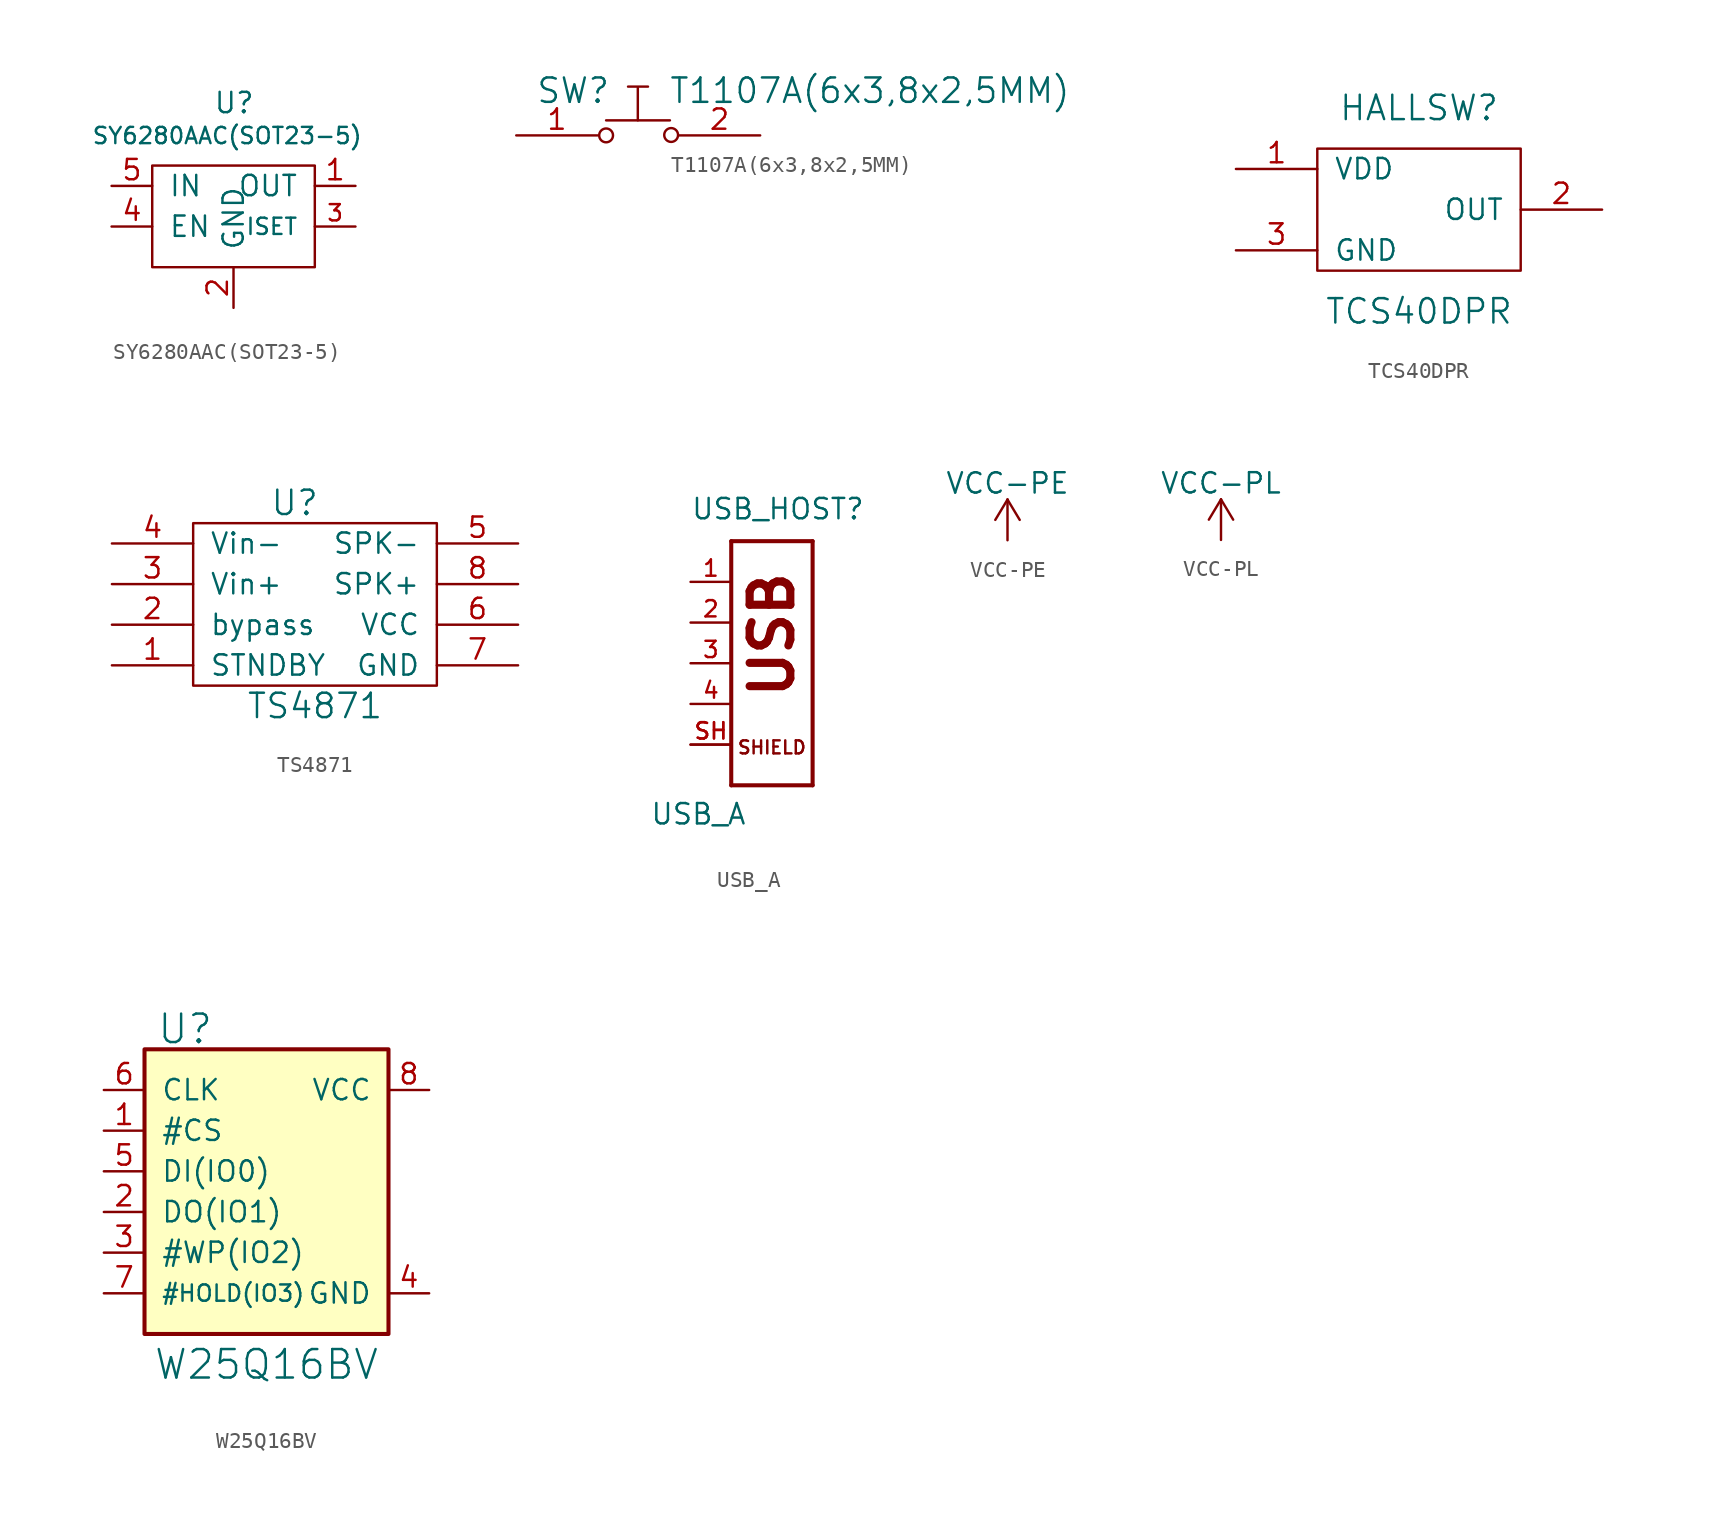
<source format=kicad_sym>
(kicad_symbol_lib
  (version 20241209)
  (generator "kicad_symbol_editor")
  (generator_version "9.0")
  (symbol "SY6280AAC(SOT23-5)"
    (pin_names
      (offset 1.016))
    (property "Reference" "U"
      (at -1.27 6.985 0)
      (effects (font (size 1.27 1.27)) (justify left bottom)))
    (property "Value" "SY6280AAC(SOT23-5)"
      (at -8.89 5.08 0)
      (effects (font (size 1.016 1.016)) (justify left bottom)))
    (property "Datasheet" ""
      (at 0 5.08 0)
      (effects (font (size 1.524 1.524))))
    (property "ki_locked" ""
      (at 0 0 0)
      (effects (font (size 1.27 1.27))))
    (symbol "SY6280AAC(SOT23-5)_0_1"
      (rectangle (start -5.08 3.81) (end 5.08 -2.54) (stroke (width 0) (type solid)) (fill (type none))))
    (symbol "SY6280AAC(SOT23-5)_1_1"
      (pin power_in line (at -7.62 2.54 0) (length 2.54) (name "IN" (effects (font (size 1.27 1.27)))) (number "5" (effects (font (size 1.27 1.27)))))
      (pin input line (at -7.62 0 0) (length 2.54) (name "EN" (effects (font (size 1.27 1.27)))) (number "4" (effects (font (size 1.27 1.27)))))
      (pin power_in line (at 0 -5.08 90) (length 2.54) (name "GND" (effects (font (size 1.27 1.27)))) (number "2" (effects (font (size 1.27 1.27)))))
      (pin output line (at 7.62 2.54 180) (length 2.54) (name "OUT" (effects (font (size 1.27 1.27)))) (number "1" (effects (font (size 1.27 1.27)))))
      (pin input line (at 7.62 0 180) (length 2.54) (name "ISET" (effects (font (size 1.016 1.016)))) (number "3" (effects (font (size 1.016 1.016)))))))
  (symbol "T1107A(6x3,8x2,5MM)"
    (pin_names
      (offset 1.016))
    (property "Reference" "SW"
      (at -4.064 2.794 0)
      (effects (font (size 1.524 1.524))))
    (property "Value" "T1107A(6x3,8x2,5MM)"
      (at 14.478 2.794 0)
      (effects (font (size 1.524 1.524))))
    (property "Footprint" ""
      (at -0.025 0.965 0)
      (effects (font (size 1.524 1.524))))
    (property "Datasheet" ""
      (at -0.025 0.965 0)
      (effects (font (size 1.524 1.524))))
    (symbol "T1107A(6x3,8x2,5MM)_0_1"
      (circle (center -2.007 0) (radius 0.432) (stroke (width 0) (type solid)) (fill (type none)))
      (polyline (pts (xy -0.635 3.048) (xy 0.61 3.048)) (stroke (width 0) (type solid)) (fill (type none)))
      (polyline (pts (xy -0.025 1.016) (xy -0.025 2.972)) (stroke (width 0) (type solid)) (fill (type none)))
      (polyline (pts (xy -0.025 0.94) (xy -2.007 0.94)) (stroke (width 0) (type solid)) (fill (type none)))
      (polyline (pts (xy -0.025 0.94) (xy 1.981 0.94)) (stroke (width 0) (type solid)) (fill (type none)))
      (circle (center 2.057 0.025) (radius 0.432) (stroke (width 0) (type solid)) (fill (type none))))
    (symbol "T1107A(6x3,8x2,5MM)_1_1"
      (pin passive line (at -7.62 0 0) (length 5.08) (name "~" (effects (font (size 1.27 1.27)))) (number "1" (effects (font (size 1.27 1.27)))))
      (pin passive line (at 7.62 0 180) (length 5.08) (name "~" (effects (font (size 1.27 1.27)))) (number "2" (effects (font (size 1.27 1.27)))))))
  (symbol "TCS40DPR"
    (pin_names
      (offset 1.016))
    (property "Reference" "HALLSW"
      (at 0 6.35 0)
      (effects (font (size 1.524 1.524))))
    (property "Value" "TCS40DPR"
      (at 0 -6.35 0)
      (effects (font (size 1.524 1.524))))
    (property "Footprint" ""
      (at 0 0 0)
      (effects (font (size 1.524 1.524))))
    (property "Datasheet" ""
      (at 0 0 0)
      (effects (font (size 1.524 1.524))))
    (symbol "TCS40DPR_0_1"
      (rectangle (start -6.35 3.81) (end 6.35 -3.81) (stroke (width 0) (type solid)) (fill (type none))))
    (symbol "TCS40DPR_1_1"
      (pin power_in line (at -11.43 2.54 0) (length 5.08) (name "VDD" (effects (font (size 1.27 1.27)))) (number "1" (effects (font (size 1.27 1.27)))))
      (pin power_in line (at -11.43 -2.54 0) (length 5.08) (name "GND" (effects (font (size 1.27 1.27)))) (number "3" (effects (font (size 1.27 1.27)))))
      (pin output line (at 11.43 0 180) (length 5.08) (name "OUT" (effects (font (size 1.27 1.27)))) (number "2" (effects (font (size 1.27 1.27)))))))
  (symbol "TS4871"
    (pin_names
      (offset 1.016))
    (property "Reference" "U"
      (at -1.27 6.35 0)
      (effects (font (size 1.524 1.524))))
    (property "Value" "TS4871"
      (at 0 -6.35 0)
      (effects (font (size 1.524 1.524))))
    (property "Footprint" ""
      (at 0 -3.81 0)
      (effects (font (size 1.524 1.524))))
    (property "Datasheet" ""
      (at 0 -3.81 0)
      (effects (font (size 1.524 1.524))))
    (symbol "TS4871_0_1"
      (rectangle (start -7.62 5.08) (end 7.62 -5.08) (stroke (width 0) (type solid)) (fill (type none))))
    (symbol "TS4871_1_1"
      (pin input line (at -12.7 3.81 0) (length 5.08) (name "Vin-" (effects (font (size 1.27 1.27)))) (number "4" (effects (font (size 1.27 1.27)))))
      (pin input line (at -12.7 1.27 0) (length 5.08) (name "Vin+" (effects (font (size 1.27 1.27)))) (number "3" (effects (font (size 1.27 1.27)))))
      (pin output line (at -12.7 -1.27 0) (length 5.08) (name "bypass" (effects (font (size 1.27 1.27)))) (number "2" (effects (font (size 1.27 1.27)))))
      (pin input line (at -12.7 -3.81 0) (length 5.08) (name "STNDBY" (effects (font (size 1.27 1.27)))) (number "1" (effects (font (size 1.27 1.27)))))
      (pin input line (at 12.7 3.81 180) (length 5.08) (name "SPK-" (effects (font (size 1.27 1.27)))) (number "5" (effects (font (size 1.27 1.27)))))
      (pin input line (at 12.7 1.27 180) (length 5.08) (name "SPK+" (effects (font (size 1.27 1.27)))) (number "8" (effects (font (size 1.27 1.27)))))
      (pin input line (at 12.7 -1.27 180) (length 5.08) (name "VCC" (effects (font (size 1.27 1.27)))) (number "6" (effects (font (size 1.27 1.27)))))
      (pin input line (at 12.7 -3.81 180) (length 5.08) (name "GND" (effects (font (size 1.27 1.27)))) (number "7" (effects (font (size 1.27 1.27)))))))
  (symbol "USB_A"
    (pin_names
      (offset 1.016)
      (hide yes))
    (property "Reference" "USB_HOST"
      (at -5.08 8.89 0)
      (effects (font (size 1.27 1.27)) (justify left bottom)))
    (property "Value" "USB_A"
      (at -7.62 -10.16 0)
      (effects (font (size 1.27 1.27)) (justify left bottom)))
    (property "Datasheet" ""
      (at 0 0 0)
      (effects (font (size 1.524 1.524))))
    (symbol "USB_A_1_0"
      (polyline (pts (xy -2.54 7.62) (xy -2.54 -7.62)) (stroke (width 0.254) (type solid)) (fill (type none)))
      (polyline (pts (xy -2.54 -7.62) (xy 2.54 -7.62)) (stroke (width 0.254) (type solid)) (fill (type none)))
      (polyline (pts (xy 2.54 7.62) (xy -2.54 7.62)) (stroke (width 0.254) (type solid)) (fill (type none)))
      (polyline (pts (xy 2.54 -7.62) (xy 2.54 7.62)) (stroke (width 0.254) (type solid)) (fill (type none)))
      (text "USB" (at 0 1.778 900) (effects (font (size 2.54 2.54) (bold yes))))
      (text "SHIELD" (at 0 -5.258 0) (effects (font (size 0.813 0.813)))))
    (symbol "USB_A_1_1"
      (pin passive line (at -5.08 5.08 0) (length 2.54) (name "1" (effects (font (size 1.016 1.016)))) (number "1" (effects (font (size 1.016 1.016)))))
      (pin passive line (at -5.08 2.54 0) (length 2.54) (name "2" (effects (font (size 1.016 1.016)))) (number "2" (effects (font (size 1.016 1.016)))))
      (pin passive line (at -5.08 0 0) (length 2.54) (name "3" (effects (font (size 1.016 1.016)))) (number "3" (effects (font (size 1.016 1.016)))))
      (pin passive line (at -5.08 -2.54 0) (length 2.54) (name "4" (effects (font (size 1.016 1.016)))) (number "4" (effects (font (size 1.016 1.016)))))
      (pin input line (at -5.08 -5.08 0) (length 2.54) (name "5" (effects (font (size 1.016 1.016)))) (number "SH" (effects (font (size 1.016 1.016)))))
      (pin input line (at -5.08 -5.08 0) (length 2.54) (name "5" (effects (font (size 1.016 1.016)))) (number "SH" (effects (font (size 1.016 1.016)))))))
  (symbol "VCC-PE"
    (power)
    (pin_names
      (offset 0))
    (property "Reference" "#PWR"
      (at 0 -3.81 0)
      (effects (font (size 1.27 1.27)) (hide yes)))
    (property "Value" "VCC-PE"
      (at 0 3.556 0)
      (effects (font (size 1.27 1.27))))
    (property "Footprint" ""
      (at 0 0 0)
      (effects (font (size 1.524 1.524))))
    (property "Datasheet" ""
      (at 0 0 0)
      (effects (font (size 1.524 1.524))))
    (symbol "VCC-PE_0_1"
      (polyline (pts (xy -0.762 1.27) (xy 0 2.54)) (stroke (width 0) (type solid)) (fill (type none)))
      (polyline (pts (xy 0 2.54) (xy 0.762 1.27)) (stroke (width 0) (type solid)) (fill (type none)))
      (polyline (pts (xy 0 0) (xy 0 2.54)) (stroke (width 0) (type solid)) (fill (type none))))
    (symbol "VCC-PE_1_1"
      (pin power_in line (at 0 0 90) (length 0) (hide yes) (name "VCC-PE" (effects (font (size 1.27 1.27)))) (number "1" (effects (font (size 1.27 1.27)))))))
  (symbol "VCC-PL"
    (power)
    (pin_names
      (offset 0))
    (property "Reference" "#PWR"
      (at 0 -3.81 0)
      (effects (font (size 1.27 1.27)) (hide yes)))
    (property "Value" "VCC-PL"
      (at 0 3.556 0)
      (effects (font (size 1.27 1.27))))
    (property "Footprint" ""
      (at 0 0 0)
      (effects (font (size 1.524 1.524))))
    (property "Datasheet" ""
      (at 0 0 0)
      (effects (font (size 1.524 1.524))))
    (symbol "VCC-PL_0_1"
      (polyline (pts (xy -0.762 1.27) (xy 0 2.54)) (stroke (width 0) (type solid)) (fill (type none)))
      (polyline (pts (xy 0 2.54) (xy 0.762 1.27)) (stroke (width 0) (type solid)) (fill (type none)))
      (polyline (pts (xy 0 0) (xy 0 2.54)) (stroke (width 0) (type solid)) (fill (type none))))
    (symbol "VCC-PL_1_1"
      (pin power_in line (at 0 0 90) (length 0) (hide yes) (name "VCC-PL" (effects (font (size 1.27 1.27)))) (number "1" (effects (font (size 1.27 1.27)))))))
  (symbol "W25Q16BV"
    (pin_names
      (offset 1.016))
    (property "Reference" "U"
      (at -5.08 10.16 0)
      (effects (font (size 1.778 1.778))))
    (property "Value" "W25Q16BV"
      (at 0 -10.795 0)
      (effects (font (size 1.778 1.778))))
    (property "Footprint" ""
      (at -2.54 0 0)
      (effects (font (size 2.54 2.54))))
    (property "Datasheet" ""
      (at -2.54 0 0)
      (effects (font (size 2.54 2.54))))
    (symbol "W25Q16BV_0_1"
      (polyline (pts (xy 7.62 8.89) (xy 7.62 -8.89) (xy -7.62 -8.89) (xy -7.62 8.89) (xy 7.62 8.89)) (stroke (width 0.254) (type solid)) (fill (type background))))
    (symbol "W25Q16BV_1_1"
      (pin passive line (at -10.16 6.35 0) (length 2.54) (name "CLK" (effects (font (size 1.27 1.27)))) (number "6" (effects (font (size 1.27 1.27)))))
      (pin passive line (at -10.16 3.81 0) (length 2.54) (name "#CS" (effects (font (size 1.27 1.27)))) (number "1" (effects (font (size 1.27 1.27)))))
      (pin passive line (at -10.16 1.27 0) (length 2.54) (name "DI(IO0)" (effects (font (size 1.27 1.27)))) (number "5" (effects (font (size 1.27 1.27)))))
      (pin passive line (at -10.16 -1.27 0) (length 2.54) (name "DO(IO1)" (effects (font (size 1.27 1.27)))) (number "2" (effects (font (size 1.27 1.27)))))
      (pin passive line (at -10.16 -3.81 0) (length 2.54) (name "#WP(IO2)" (effects (font (size 1.27 1.27)))) (number "3" (effects (font (size 1.27 1.27)))))
      (pin passive line (at -10.16 -6.35 0) (length 2.54) (name "#HOLD(IO3)" (effects (font (size 1.016 1.016)))) (number "7" (effects (font (size 1.27 1.27)))))
      (pin passive line (at 10.16 6.35 180) (length 2.54) (name "VCC" (effects (font (size 1.27 1.27)))) (number "8" (effects (font (size 1.27 1.27)))))
      (pin passive line (at 10.16 -6.35 180) (length 2.54) (name "GND" (effects (font (size 1.27 1.27)))) (number "4" (effects (font (size 1.27 1.27))))))))
</source>
